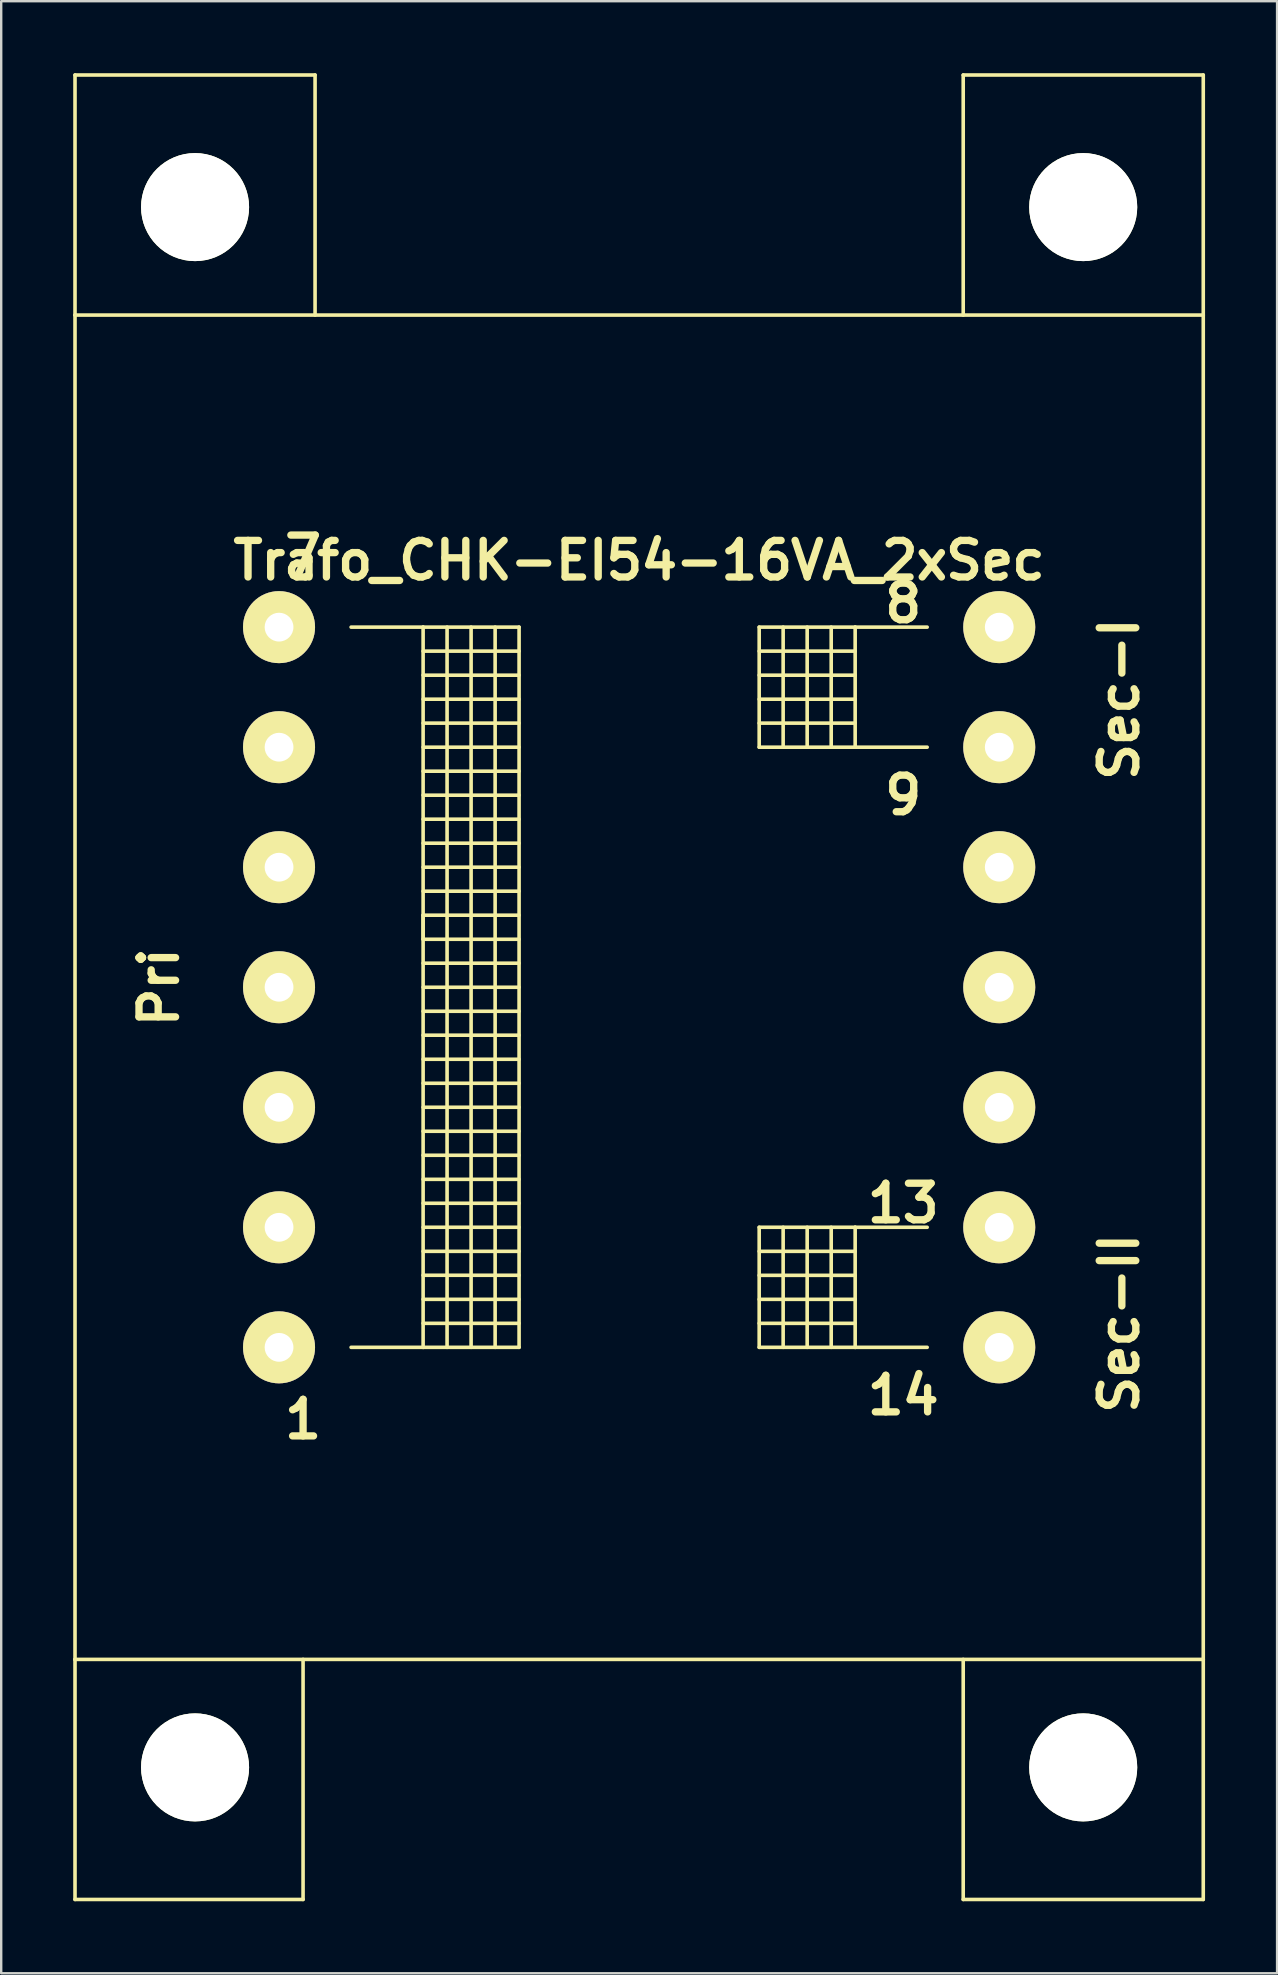
<source format=kicad_pcb>
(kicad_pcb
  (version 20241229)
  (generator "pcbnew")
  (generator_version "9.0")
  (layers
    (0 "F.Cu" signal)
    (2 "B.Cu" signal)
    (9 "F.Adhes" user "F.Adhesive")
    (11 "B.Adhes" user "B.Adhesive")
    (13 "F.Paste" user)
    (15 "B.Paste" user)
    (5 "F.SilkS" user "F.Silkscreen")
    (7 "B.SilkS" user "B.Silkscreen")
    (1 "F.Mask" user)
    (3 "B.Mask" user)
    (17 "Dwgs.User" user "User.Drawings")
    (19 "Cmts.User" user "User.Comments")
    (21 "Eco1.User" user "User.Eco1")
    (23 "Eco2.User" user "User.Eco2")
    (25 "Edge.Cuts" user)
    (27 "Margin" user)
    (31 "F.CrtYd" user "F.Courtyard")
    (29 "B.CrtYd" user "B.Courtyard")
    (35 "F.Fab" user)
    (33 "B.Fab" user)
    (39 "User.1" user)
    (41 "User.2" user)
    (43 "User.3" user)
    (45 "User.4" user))
  (footprint "Trafo_CHK-EI54-16VA_2xSec"
    (layer "F.Cu")
    (at 23.575 38.076)
    (property "Reference" "Trafo_CHK-EI54-16VA_2xSec" (at 0 -17.78 0) (layer "F.SilkS") (effects (font (size 1.524 1.524) (thickness 0.305))))
    (attr through_hole)
    (fp_line (start -23.5 -38.001) (end -13.5 -38.001) (stroke (width 0.15) (type solid)) (layer "F.SilkS"))
    (fp_line (start -23.5 -28.001) (end -23.5 -38.001) (stroke (width 0.15) (type solid)) (layer "F.SilkS"))
    (fp_line (start -23.5 -28.001) (end -23.5 28.001) (stroke (width 0.15) (type solid)) (layer "F.SilkS"))
    (fp_line (start -23.5 28.001) (end -23.5 38.001) (stroke (width 0.15) (type solid)) (layer "F.SilkS"))
    (fp_line (start -23.5 28.001) (end 23.5 28.001) (stroke (width 0.15) (type solid)) (layer "F.SilkS"))
    (fp_line (start -23.5 38.001) (end -14 38.001) (stroke (width 0.15) (type solid)) (layer "F.SilkS"))
    (fp_line (start -14 38.001) (end -14 28.001) (stroke (width 0.15) (type solid)) (layer "F.SilkS"))
    (fp_line (start -13.5 -38.001) (end -13.5 -28.001) (stroke (width 0.15) (type solid)) (layer "F.SilkS"))
    (fp_line (start -11.999 -15.001) (end -8.999 -15.001) (stroke (width 0.15) (type solid)) (layer "F.SilkS"))
    (fp_line (start -8.999 -15.001) (end -8.999 15.001) (stroke (width 0.15) (type solid)) (layer "F.SilkS"))
    (fp_line (start -8.999 -15.001) (end -5.001 -15.001) (stroke (width 0.15) (type solid)) (layer "F.SilkS"))
    (fp_line (start -8.999 -14) (end -5.001 -14) (stroke (width 0.15) (type solid)) (layer "F.SilkS"))
    (fp_line (start -8.999 -11.999) (end -5.001 -11.999) (stroke (width 0.15) (type solid)) (layer "F.SilkS"))
    (fp_line (start -8.999 -10) (end -5.001 -10) (stroke (width 0.15) (type solid)) (layer "F.SilkS"))
    (fp_line (start -8.999 -8.001) (end -5.001 -8.001) (stroke (width 0.15) (type solid)) (layer "F.SilkS"))
    (fp_line (start -8.999 -5.999) (end -5.001 -5.999) (stroke (width 0.15) (type solid)) (layer "F.SilkS"))
    (fp_line (start -8.999 -4) (end -5.001 -4) (stroke (width 0.15) (type solid)) (layer "F.SilkS"))
    (fp_line (start -8.999 -3) (end -8.999 -1.999) (stroke (width 0.15) (type solid)) (layer "F.SilkS"))
    (fp_line (start -8.999 -1.999) (end -5.001 -1.999) (stroke (width 0.15) (type solid)) (layer "F.SilkS"))
    (fp_line (start -8.999 0) (end -5.001 0) (stroke (width 0.15) (type solid)) (layer "F.SilkS"))
    (fp_line (start -8.999 1.999) (end -5.001 1.999) (stroke (width 0.15) (type solid)) (layer "F.SilkS"))
    (fp_line (start -8.999 4) (end -5.001 4) (stroke (width 0.15) (type solid)) (layer "F.SilkS"))
    (fp_line (start -8.999 5.999) (end -5.001 5.999) (stroke (width 0.15) (type solid)) (layer "F.SilkS"))
    (fp_line (start -8.999 8.001) (end -5.001 8.001) (stroke (width 0.15) (type solid)) (layer "F.SilkS"))
    (fp_line (start -8.999 10) (end -5.001 10) (stroke (width 0.15) (type solid)) (layer "F.SilkS"))
    (fp_line (start -8.999 11.999) (end -5.001 11.999) (stroke (width 0.15) (type solid)) (layer "F.SilkS"))
    (fp_line (start -8.999 14) (end -5.001 14) (stroke (width 0.15) (type solid)) (layer "F.SilkS"))
    (fp_line (start -8.999 15.001) (end -11.999 15.001) (stroke (width 0.15) (type solid)) (layer "F.SilkS"))
    (fp_line (start -8.001 15.001) (end -8.001 -15.001) (stroke (width 0.15) (type solid)) (layer "F.SilkS"))
    (fp_line (start -7 -15.001) (end -7 15.001) (stroke (width 0.15) (type solid)) (layer "F.SilkS"))
    (fp_line (start -5.999 15.001) (end -5.999 -15.001) (stroke (width 0.15) (type solid)) (layer "F.SilkS"))
    (fp_line (start -5.001 -15.001) (end -5.001 15.001) (stroke (width 0.15) (type solid)) (layer "F.SilkS"))
    (fp_line (start -5.001 -13) (end -8.999 -13) (stroke (width 0.15) (type solid)) (layer "F.SilkS"))
    (fp_line (start -5.001 -11.001) (end -8.999 -11.001) (stroke (width 0.15) (type solid)) (layer "F.SilkS"))
    (fp_line (start -5.001 -8.999) (end -8.999 -8.999) (stroke (width 0.15) (type solid)) (layer "F.SilkS"))
    (fp_line (start -5.001 -7) (end -8.999 -7) (stroke (width 0.15) (type solid)) (layer "F.SilkS"))
    (fp_line (start -5.001 -5.001) (end -8.999 -5.001) (stroke (width 0.15) (type solid)) (layer "F.SilkS"))
    (fp_line (start -5.001 -3) (end -8.999 -3) (stroke (width 0.15) (type solid)) (layer "F.SilkS"))
    (fp_line (start -5.001 -1.001) (end -8.999 -1.001) (stroke (width 0.15) (type solid)) (layer "F.SilkS"))
    (fp_line (start -5.001 1.001) (end -8.999 1.001) (stroke (width 0.15) (type solid)) (layer "F.SilkS"))
    (fp_line (start -5.001 3) (end -8.999 3) (stroke (width 0.15) (type solid)) (layer "F.SilkS"))
    (fp_line (start -5.001 5.001) (end -8.999 5.001) (stroke (width 0.15) (type solid)) (layer "F.SilkS"))
    (fp_line (start -5.001 7) (end -8.999 7) (stroke (width 0.15) (type solid)) (layer "F.SilkS"))
    (fp_line (start -5.001 8.999) (end -8.999 8.999) (stroke (width 0.15) (type solid)) (layer "F.SilkS"))
    (fp_line (start -5.001 11.001) (end -8.999 11.001) (stroke (width 0.15) (type solid)) (layer "F.SilkS"))
    (fp_line (start -5.001 13) (end -8.999 13) (stroke (width 0.15) (type solid)) (layer "F.SilkS"))
    (fp_line (start -5.001 15.001) (end -8.999 15.001) (stroke (width 0.15) (type solid)) (layer "F.SilkS"))
    (fp_line (start 5.001 -15.001) (end 5.001 -10) (stroke (width 0.15) (type solid)) (layer "F.SilkS"))
    (fp_line (start 5.001 -14) (end 8.999 -14) (stroke (width 0.15) (type solid)) (layer "F.SilkS"))
    (fp_line (start 5.001 -11.999) (end 8.999 -11.999) (stroke (width 0.15) (type solid)) (layer "F.SilkS"))
    (fp_line (start 5.001 -10) (end 8.999 -10) (stroke (width 0.15) (type solid)) (layer "F.SilkS"))
    (fp_line (start 5.001 10) (end 5.001 15.001) (stroke (width 0.15) (type solid)) (layer "F.SilkS"))
    (fp_line (start 5.001 11.001) (end 8.999 11.001) (stroke (width 0.15) (type solid)) (layer "F.SilkS"))
    (fp_line (start 5.001 13.002) (end 8.999 13.002) (stroke (width 0.15) (type solid)) (layer "F.SilkS"))
    (fp_line (start 5.001 15.001) (end 8.999 15.001) (stroke (width 0.15) (type solid)) (layer "F.SilkS"))
    (fp_line (start 5.999 -10) (end 5.999 -15.001) (stroke (width 0.15) (type solid)) (layer "F.SilkS"))
    (fp_line (start 5.999 15.001) (end 5.999 10) (stroke (width 0.15) (type solid)) (layer "F.SilkS"))
    (fp_line (start 7 -15.001) (end 7 -10) (stroke (width 0.15) (type solid)) (layer "F.SilkS"))
    (fp_line (start 7 10) (end 7 15.001) (stroke (width 0.15) (type solid)) (layer "F.SilkS"))
    (fp_line (start 8.001 -10) (end 8.001 -15.001) (stroke (width 0.15) (type solid)) (layer "F.SilkS"))
    (fp_line (start 8.001 15.001) (end 8.001 10) (stroke (width 0.15) (type solid)) (layer "F.SilkS"))
    (fp_line (start 8.999 -15.001) (end 5.001 -15.001) (stroke (width 0.15) (type solid)) (layer "F.SilkS"))
    (fp_line (start 8.999 -15.001) (end 8.999 -10) (stroke (width 0.15) (type solid)) (layer "F.SilkS"))
    (fp_line (start 8.999 -13) (end 5.001 -13) (stroke (width 0.15) (type solid)) (layer "F.SilkS"))
    (fp_line (start 8.999 -11.001) (end 5.001 -11.001) (stroke (width 0.15) (type solid)) (layer "F.SilkS"))
    (fp_line (start 8.999 -10) (end 11.999 -10) (stroke (width 0.15) (type solid)) (layer "F.SilkS"))
    (fp_line (start 8.999 10) (end 5.001 10) (stroke (width 0.15) (type solid)) (layer "F.SilkS"))
    (fp_line (start 8.999 10) (end 8.999 15.001) (stroke (width 0.15) (type solid)) (layer "F.SilkS"))
    (fp_line (start 8.999 12.002) (end 5.001 12.002) (stroke (width 0.15) (type solid)) (layer "F.SilkS"))
    (fp_line (start 8.999 14) (end 5.001 14) (stroke (width 0.15) (type solid)) (layer "F.SilkS"))
    (fp_line (start 8.999 15.001) (end 11.999 15.001) (stroke (width 0.15) (type solid)) (layer "F.SilkS"))
    (fp_line (start 11.999 -15.001) (end 8.999 -15.001) (stroke (width 0.15) (type solid)) (layer "F.SilkS"))
    (fp_line (start 11.999 10) (end 8.999 10) (stroke (width 0.15) (type solid)) (layer "F.SilkS"))
    (fp_line (start 13.5 -38.001) (end 13.5 -28.001) (stroke (width 0.15) (type solid)) (layer "F.SilkS"))
    (fp_line (start 13.5 38.001) (end 13.5 28.001) (stroke (width 0.15) (type solid)) (layer "F.SilkS"))
    (fp_line (start 23.5 -38.001) (end 13.5 -38.001) (stroke (width 0.15) (type solid)) (layer "F.SilkS"))
    (fp_line (start 23.5 -28.001) (end -23.5 -28.001) (stroke (width 0.15) (type solid)) (layer "F.SilkS"))
    (fp_line (start 23.5 -28.001) (end 23.5 -38.001) (stroke (width 0.15) (type solid)) (layer "F.SilkS"))
    (fp_line (start 23.5 28.001) (end 23.5 -28.001) (stroke (width 0.15) (type solid)) (layer "F.SilkS"))
    (fp_line (start 23.5 28.001) (end 23.5 38.001) (stroke (width 0.15) (type solid)) (layer "F.SilkS"))
    (fp_line (start 23.5 38.001) (end 13.5 38.001) (stroke (width 0.15) (type solid)) (layer "F.SilkS"))
    (fp_text user "7" (at -14 -18.001 0) (layer "F.SilkS") (effects (font (size 1.524 1.524) (thickness 0.305))))
    (fp_text user "Sec-II" (at 20 14 90) (layer "F.SilkS") (effects (font (size 1.524 1.524) (thickness 0.305))))
    (fp_text user "14" (at 11.001 17 0) (layer "F.SilkS") (effects (font (size 1.524 1.524) (thickness 0.305))))
    (fp_text user "8" (at 11.001 -15.999 0) (layer "F.SilkS") (effects (font (size 1.524 1.524) (thickness 0.305))))
    (fp_text user "Sec-I" (at 20 -11.999 90) (layer "F.SilkS") (effects (font (size 1.524 1.524) (thickness 0.305))))
    (fp_text user "9" (at 11.001 -8.001 0) (layer "F.SilkS") (effects (font (size 1.524 1.524) (thickness 0.305))))
    (fp_text user "13" (at 11.001 8.999 0) (layer "F.SilkS") (effects (font (size 1.524 1.524) (thickness 0.305))))
    (fp_text user "Pri" (at -20 0 90) (layer "F.SilkS") (effects (font (size 1.524 1.524) (thickness 0.305))))
    (fp_text user "1" (at -14 18.001 0) (layer "F.SilkS") (effects (font (size 1.524 1.524) (thickness 0.305))))
    (pad "" np_thru_hole circle (at -18.499 -32.499) (size 4.501 4.501) (drill 4.501) (layers "*.Cu" "*.Mask" "F.SilkS"))
    (pad "" np_thru_hole circle (at -18.499 32.499) (size 4.501 4.501) (drill 4.501) (layers "*.Cu" "*.Mask" "F.SilkS"))
    (pad "" np_thru_hole circle (at 18.499 -32.499) (size 4.501 4.501) (drill 4.501) (layers "*.Cu" "*.Mask" "F.SilkS"))
    (pad "" np_thru_hole circle (at 18.499 32.499) (size 4.501 4.501) (drill 4.501) (layers "*.Cu" "*.Mask" "F.SilkS"))
    (pad "1" thru_hole circle (at -15.001 15.001) (size 3 3) (drill 1.199) (layers "*.Cu" "*.Mask" "F.SilkS"))
    (pad "2" thru_hole circle (at -15.001 10) (size 3 3) (drill 1.199) (layers "*.Cu" "*.Mask" "F.SilkS"))
    (pad "3" thru_hole circle (at -15.001 5.001) (size 3 3) (drill 1.199) (layers "*.Cu" "*.Mask" "F.SilkS"))
    (pad "4" thru_hole circle (at -15.001 0) (size 3 3) (drill 1.199) (layers "*.Cu" "*.Mask" "F.SilkS"))
    (pad "5" thru_hole circle (at -15.001 -5.001) (size 3 3) (drill 1.199) (layers "*.Cu" "*.Mask" "F.SilkS"))
    (pad "6" thru_hole circle (at -15.001 -10) (size 3 3) (drill 1.199) (layers "*.Cu" "*.Mask" "F.SilkS"))
    (pad "7" thru_hole circle (at -15.001 -15.001) (size 3 3) (drill 1.199) (layers "*.Cu" "*.Mask" "F.SilkS"))
    (pad "8" thru_hole circle (at 15.001 -15.001) (size 3 3) (drill 1.199) (layers "*.Cu" "*.Mask" "F.SilkS"))
    (pad "9" thru_hole circle (at 15.001 -10) (size 3 3) (drill 1.199) (layers "*.Cu" "*.Mask" "F.SilkS"))
    (pad "10" thru_hole circle (at 15.001 -5.001) (size 3 3) (drill 1.199) (layers "*.Cu" "*.Mask" "F.SilkS"))
    (pad "11" thru_hole circle (at 15.001 0) (size 3 3) (drill 1.199) (layers "*.Cu" "*.Mask" "F.SilkS"))
    (pad "12" thru_hole circle (at 15.001 5.001) (size 3 3) (drill 1.199) (layers "*.Cu" "*.Mask" "F.SilkS"))
    (pad "13" thru_hole circle (at 15.001 10) (size 3 3) (drill 1.199) (layers "*.Cu" "*.Mask" "F.SilkS"))
    (pad "14" thru_hole circle (at 15.001 15.001) (size 3 3) (drill 1.199) (layers "*.Cu" "*.Mask" "F.SilkS")))
  (gr_rect
    (start -3 -3)
    (end 50.15 79.152)
    (stroke (width 0.1) (type default))
    (fill no)
    (layer "Edge.Cuts")))
</source>
